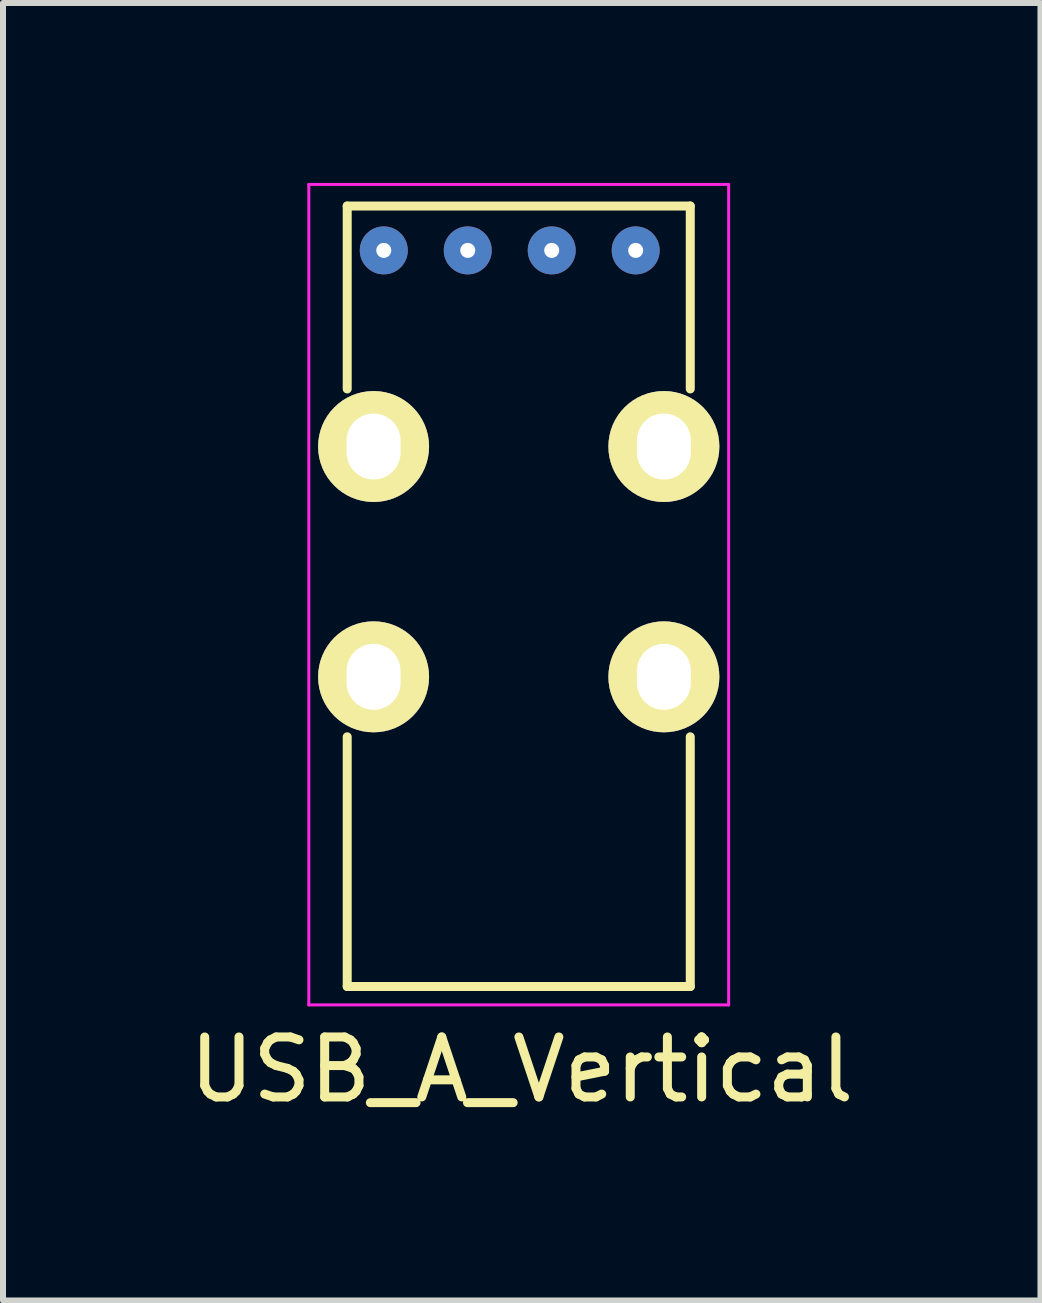
<source format=kicad_pcb>
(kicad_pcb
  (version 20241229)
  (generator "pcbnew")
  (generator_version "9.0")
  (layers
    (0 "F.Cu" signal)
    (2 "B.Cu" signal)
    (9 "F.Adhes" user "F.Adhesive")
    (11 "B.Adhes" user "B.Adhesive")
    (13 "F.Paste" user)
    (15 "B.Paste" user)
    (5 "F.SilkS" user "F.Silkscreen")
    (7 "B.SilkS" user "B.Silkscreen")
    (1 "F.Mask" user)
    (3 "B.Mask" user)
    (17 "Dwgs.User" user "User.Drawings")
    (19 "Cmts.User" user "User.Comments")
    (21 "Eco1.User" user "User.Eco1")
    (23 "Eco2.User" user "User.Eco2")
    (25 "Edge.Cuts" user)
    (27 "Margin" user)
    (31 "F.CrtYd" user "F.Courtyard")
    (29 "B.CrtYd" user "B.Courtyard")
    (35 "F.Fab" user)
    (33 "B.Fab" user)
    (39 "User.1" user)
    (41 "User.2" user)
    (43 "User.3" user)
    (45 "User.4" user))
  (footprint "USB_A_Vertical"
    (layer "F.Cu")
    (at 5.449 8.235)
    (property "Reference" "USB_A_Vertical" (at 0.2 6.55 0) (layer "F.SilkS") (effects (font (size 1 1) (thickness 0.15))))
    (attr through_hole)
    (fp_line (start -2.71 -7.85) (end -2.71 -4.8) (stroke (width 0.15) (type solid)) (layer "F.SilkS"))
    (fp_line (start -2.71 -7.85) (end 3.01 -7.85) (stroke (width 0.15) (type solid)) (layer "F.SilkS"))
    (fp_line (start -2.71 1) (end -2.71 5.163) (stroke (width 0.15) (type solid)) (layer "F.SilkS"))
    (fp_line (start -2.71 5.163) (end 3.01 5.163) (stroke (width 0.15) (type solid)) (layer "F.SilkS"))
    (fp_line (start 3.01 -7.85) (end 3.01 -4.8) (stroke (width 0.15) (type solid)) (layer "F.SilkS"))
    (fp_line (start 3.01 1) (end 3.01 5.163) (stroke (width 0.15) (type solid)) (layer "F.SilkS"))
    (fp_line (start -3.35 5.47) (end -3.35 -8.21) (stroke (width 0.05) (type solid)) (layer "F.CrtYd"))
    (fp_line (start -3.35 5.47) (end 3.65 5.47) (stroke (width 0.05) (type solid)) (layer "F.CrtYd"))
    (fp_line (start 3.65 -8.21) (end -3.35 -8.21) (stroke (width 0.05) (type solid)) (layer "F.CrtYd"))
    (fp_line (start 3.65 -8.21) (end 3.65 5.47) (stroke (width 0.05) (type solid)) (layer "F.CrtYd"))
    (pad "1" thru_hole circle (at 2.1 -7.11) (size 0.8 0.8) (drill 0.25) (layers "*.Cu" "*.Mask"))
    (pad "2" thru_hole circle (at 0.7 -7.11) (size 0.8 0.8) (drill 0.25) (layers "*.Cu" "*.Mask"))
    (pad "3" thru_hole circle (at -0.7 -7.11) (size 0.8 0.8) (drill 0.25) (layers "*.Cu" "*.Mask"))
    (pad "4" thru_hole circle (at -2.1 -7.11) (size 0.8 0.8) (drill 0.25) (layers "*.Cu" "*.Mask"))
    (pad "5" thru_hole oval (at -2.27 -3.84) (size 1.85 1.85) (drill oval 0.9 1.1) (layers "*.Cu" "*.Mask" "F.SilkS"))
    (pad "5" thru_hole oval (at -2.27 0) (size 1.85 1.85) (drill oval 0.9 1.1) (layers "*.Cu" "*.Mask" "F.SilkS"))
    (pad "5" thru_hole oval (at 2.57 -3.84) (size 1.85 1.85) (drill oval 0.9 1.1) (layers "*.Cu" "*.Mask" "F.SilkS"))
    (pad "5" thru_hole oval (at 2.57 0) (size 1.85 1.85) (drill oval 0.9 1.1) (layers "*.Cu" "*.Mask" "F.SilkS")))
  (gr_rect
    (start -3 -3)
    (end 14.298 18.633)
    (stroke (width 0.1) (type default))
    (fill no)
    (layer "Edge.Cuts")))
</source>
